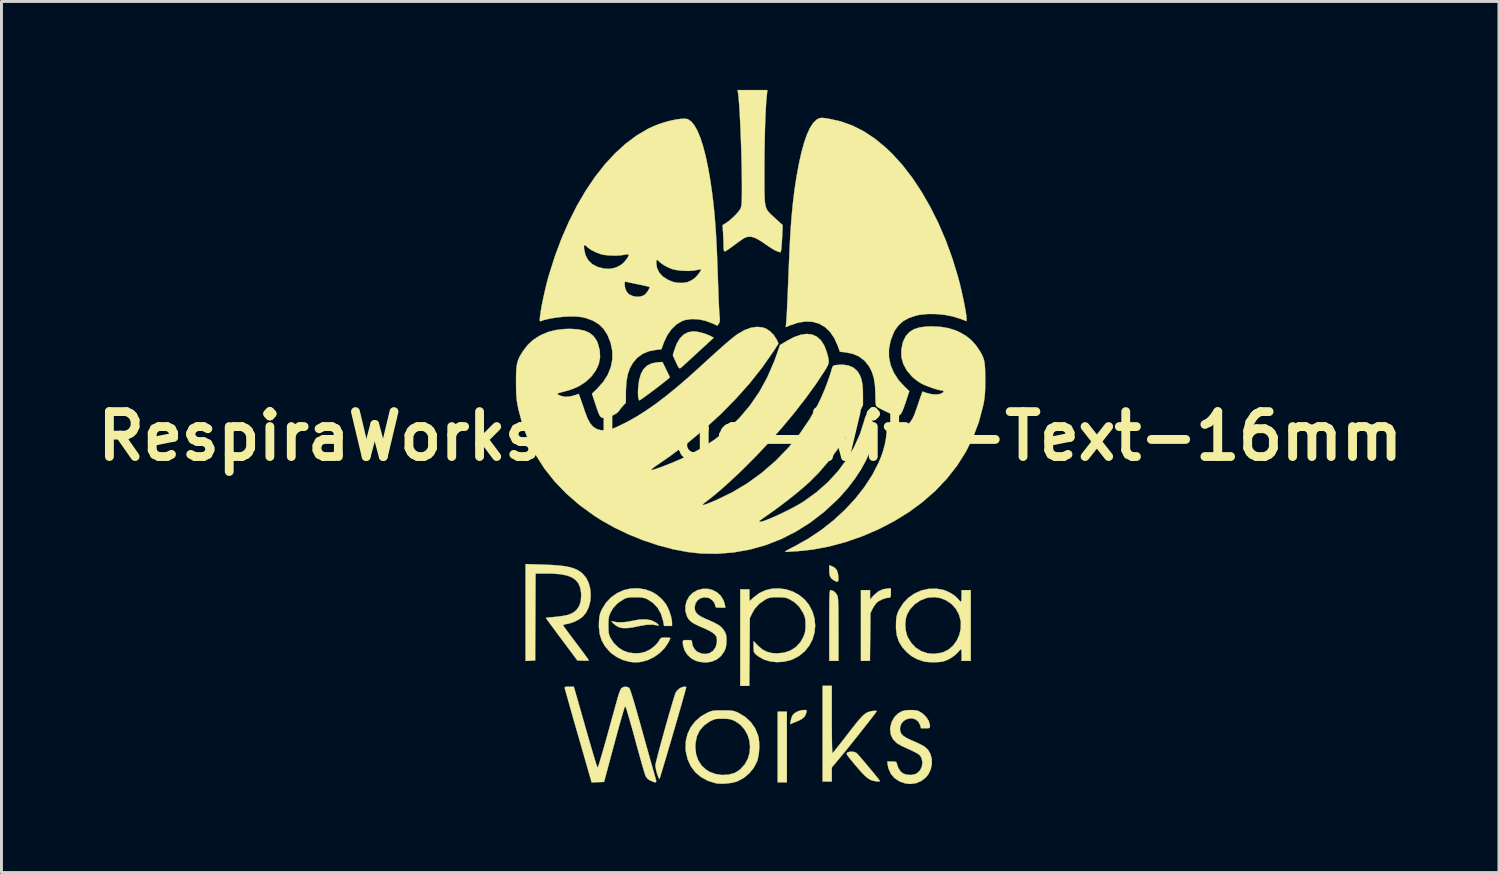
<source format=kicad_pcb>
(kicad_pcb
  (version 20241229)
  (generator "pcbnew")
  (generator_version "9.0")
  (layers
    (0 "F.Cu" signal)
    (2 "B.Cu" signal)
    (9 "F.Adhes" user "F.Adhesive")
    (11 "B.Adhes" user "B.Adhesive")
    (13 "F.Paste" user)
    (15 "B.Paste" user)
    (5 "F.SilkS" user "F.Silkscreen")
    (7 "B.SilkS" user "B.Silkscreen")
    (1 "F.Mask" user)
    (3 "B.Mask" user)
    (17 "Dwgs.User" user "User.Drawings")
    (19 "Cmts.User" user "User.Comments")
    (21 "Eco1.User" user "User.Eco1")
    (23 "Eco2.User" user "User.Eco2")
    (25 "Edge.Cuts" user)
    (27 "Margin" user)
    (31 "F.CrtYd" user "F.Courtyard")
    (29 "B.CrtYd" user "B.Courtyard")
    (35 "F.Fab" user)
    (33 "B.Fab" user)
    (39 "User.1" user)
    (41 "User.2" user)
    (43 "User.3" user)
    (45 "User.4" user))
  (footprint "RespiraWorks-Logo-With-Text-16mm"
    (layer "F.Cu")
    (at 22.396 11.745)
    (property "Reference" "RespiraWorks-Logo-With-Text-16mm" (at 0 0 0) (layer "F.SilkS") (effects (font (size 1.524 1.524) (thickness 0.3))))
    (attr through_hole)
    (fp_poly (pts (xy 1.242 11.74) (xy 0.931 11.74) (xy 0.931 9.342) (xy 1.242 9.342) (xy 1.242 11.74)) (stroke (width 0.01) (type solid)) (fill yes) (layer "F.SilkS"))
    (fp_poly (pts (xy 2.762 4.406) (xy 2.87 4.462) (xy 2.94 4.549) (xy 2.978 4.674) (xy 2.987 4.756) (xy 2.99 4.865) (xy 2.977 4.924) (xy 2.943 4.938) (xy 2.88 4.912) (xy 2.831 4.884) (xy 2.754 4.826) (xy 2.708 4.756) (xy 2.686 4.661) (xy 2.681 4.547) (xy 2.681 4.377) (xy 2.762 4.406)) (stroke (width 0.01) (type solid)) (fill yes) (layer "F.SilkS"))
    (fp_poly (pts (xy 1.886 9.288) (xy 1.913 9.304) (xy 1.91 9.345) (xy 1.906 9.363) (xy 1.877 9.452) (xy 1.832 9.522) (xy 1.762 9.582) (xy 1.658 9.64) (xy 1.509 9.703) (xy 1.497 9.708) (xy 1.352 9.765) (xy 1.371 9.659) (xy 1.396 9.564) (xy 1.429 9.477) (xy 1.431 9.473) (xy 1.494 9.4) (xy 1.596 9.339) (xy 1.717 9.298) (xy 1.816 9.286) (xy 1.886 9.288)) (stroke (width 0.01) (type solid)) (fill yes) (layer "F.SilkS"))
    (fp_poly (pts (xy 4.77 5.32) (xy 4.768 5.409) (xy 4.758 5.455) (xy 4.734 5.473) (xy 4.703 5.475) (xy 4.602 5.491) (xy 4.482 5.532) (xy 4.367 5.589) (xy 4.318 5.621) (xy 4.258 5.682) (xy 4.193 5.772) (xy 4.155 5.841) (xy 4.078 5.997) (xy 4.06 7.62) (xy 3.754 7.62) (xy 3.754 5.221) (xy 4.064 5.221) (xy 4.064 5.538) (xy 4.191 5.396) (xy 4.339 5.268) (xy 4.506 5.19) (xy 4.676 5.165) (xy 4.77 5.165) (xy 4.77 5.32)) (stroke (width 0.01) (type solid)) (fill yes) (layer "F.SilkS"))
    (fp_poly (pts (xy 2.812 5.246) (xy 2.892 5.31) (xy 2.949 5.391) (xy 2.96 5.42) (xy 2.97 5.464) (xy 2.977 5.529) (xy 2.982 5.62) (xy 2.986 5.742) (xy 2.989 5.901) (xy 2.991 6.101) (xy 2.991 6.349) (xy 2.992 6.546) (xy 2.992 7.62) (xy 2.681 7.62) (xy 2.681 6.421) (xy 2.681 6.129) (xy 2.682 5.888) (xy 2.683 5.694) (xy 2.685 5.542) (xy 2.687 5.426) (xy 2.691 5.342) (xy 2.697 5.285) (xy 2.704 5.249) (xy 2.713 5.229) (xy 2.723 5.222) (xy 2.731 5.221) (xy 2.812 5.246)) (stroke (width 0.01) (type solid)) (fill yes) (layer "F.SilkS"))
    (fp_poly (pts (xy -3.359 6.243) (xy -3.207 6.316) (xy -3.155 6.356) (xy -3.11 6.402) (xy -3.099 6.425) (xy -3.11 6.424) (xy -3.305 6.39) (xy -3.531 6.397) (xy -3.739 6.434) (xy -3.976 6.483) (xy -4.168 6.508) (xy -4.321 6.507) (xy -4.44 6.482) (xy -4.473 6.468) (xy -4.537 6.431) (xy -4.601 6.385) (xy -4.655 6.338) (xy -4.692 6.298) (xy -4.702 6.275) (xy -4.676 6.276) (xy -4.671 6.278) (xy -4.538 6.308) (xy -4.369 6.314) (xy -4.181 6.297) (xy -4.032 6.268) (xy -3.77 6.22) (xy -3.546 6.211) (xy -3.359 6.243)) (stroke (width 0.01) (type solid)) (fill yes) (layer "F.SilkS"))
    (fp_poly (pts (xy -2.85 -2.258) (xy -2.723 -1.998) (xy -2.822 -1.914) (xy -2.888 -1.86) (xy -2.982 -1.786) (xy -3.095 -1.698) (xy -3.221 -1.603) (xy -3.349 -1.507) (xy -3.473 -1.414) (xy -3.585 -1.333) (xy -3.675 -1.268) (xy -3.735 -1.226) (xy -3.758 -1.214) (xy -3.776 -1.238) (xy -3.795 -1.299) (xy -3.799 -1.316) (xy -3.806 -1.395) (xy -3.807 -1.507) (xy -3.802 -1.63) (xy -3.801 -1.648) (xy -3.768 -1.904) (xy -3.707 -2.113) (xy -3.619 -2.274) (xy -3.5 -2.392) (xy -3.349 -2.468) (xy -3.165 -2.505) (xy -3.147 -2.506) (xy -2.977 -2.517) (xy -2.85 -2.258)) (stroke (width 0.01) (type solid)) (fill yes) (layer "F.SilkS"))
    (fp_poly (pts (xy -1.796 -3.543) (xy -1.643 -3.509) (xy -1.486 -3.459) (xy -1.349 -3.4) (xy -1.332 -3.391) (xy -1.238 -3.341) (xy -1.741 -2.879) (xy -1.886 -2.746) (xy -2.02 -2.622) (xy -2.138 -2.514) (xy -2.232 -2.428) (xy -2.296 -2.37) (xy -2.317 -2.35) (xy -2.371 -2.309) (xy -2.404 -2.306) (xy -2.421 -2.321) (xy -2.448 -2.364) (xy -2.488 -2.443) (xy -2.534 -2.541) (xy -2.539 -2.552) (xy -2.626 -2.746) (xy -2.58 -2.903) (xy -2.494 -3.137) (xy -2.385 -3.319) (xy -2.254 -3.45) (xy -2.101 -3.529) (xy -1.927 -3.556) (xy -1.923 -3.556) (xy -1.796 -3.543)) (stroke (width 0.01) (type solid)) (fill yes) (layer "F.SilkS"))
    (fp_poly (pts (xy 3.58 10.729) (xy 3.621 10.76) (xy 3.663 10.805) (xy 3.73 10.881) (xy 3.815 10.981) (xy 3.913 11.096) (xy 4.016 11.22) (xy 4.119 11.343) (xy 4.215 11.459) (xy 4.297 11.56) (xy 4.36 11.638) (xy 4.396 11.686) (xy 4.403 11.697) (xy 4.378 11.709) (xy 4.317 11.71) (xy 4.237 11.701) (xy 4.157 11.684) (xy 4.127 11.675) (xy 4.054 11.641) (xy 3.978 11.592) (xy 3.894 11.52) (xy 3.795 11.421) (xy 3.675 11.287) (xy 3.539 11.127) (xy 3.429 10.995) (xy 3.351 10.898) (xy 3.302 10.831) (xy 3.277 10.787) (xy 3.272 10.759) (xy 3.282 10.74) (xy 3.291 10.733) (xy 3.378 10.7) (xy 3.483 10.699) (xy 3.58 10.729)) (stroke (width 0.01) (type solid)) (fill yes) (layer "F.SilkS"))
    (fp_poly (pts (xy 2.766 9.61) (xy 2.766 9.857) (xy 2.768 10.087) (xy 2.77 10.291) (xy 2.773 10.466) (xy 2.777 10.604) (xy 2.781 10.7) (xy 2.785 10.747) (xy 2.787 10.752) (xy 2.809 10.73) (xy 2.861 10.669) (xy 2.937 10.574) (xy 3.034 10.452) (xy 3.147 10.308) (xy 3.271 10.148) (xy 3.287 10.128) (xy 3.443 9.925) (xy 3.571 9.762) (xy 3.676 9.635) (xy 3.761 9.539) (xy 3.832 9.467) (xy 3.893 9.416) (xy 3.95 9.38) (xy 4.007 9.355) (xy 4.033 9.345) (xy 4.111 9.326) (xy 4.191 9.315) (xy 4.257 9.314) (xy 4.289 9.325) (xy 4.29 9.327) (xy 4.273 9.354) (xy 4.225 9.418) (xy 4.152 9.515) (xy 4.057 9.637) (xy 3.945 9.78) (xy 3.821 9.937) (xy 3.691 10.103) (xy 3.557 10.27) (xy 3.426 10.435) (xy 3.302 10.589) (xy 3.189 10.729) (xy 3.092 10.846) (xy 3.055 10.891) (xy 2.766 11.237) (xy 2.766 11.712) (xy 2.455 11.712) (xy 2.455 8.467) (xy 2.766 8.467) (xy 2.766 9.61)) (stroke (width 0.01) (type solid)) (fill yes) (layer "F.SilkS"))
    (fp_poly (pts (xy -2.19 8.498) (xy -2.173 8.516) (xy -2.18 8.551) (xy -2.202 8.633) (xy -2.236 8.757) (xy -2.281 8.917) (xy -2.334 9.107) (xy -2.396 9.32) (xy -2.462 9.552) (xy -2.533 9.796) (xy -2.606 10.046) (xy -2.679 10.297) (xy -2.752 10.543) (xy -2.821 10.777) (xy -2.885 10.995) (xy -2.944 11.19) (xy -2.994 11.356) (xy -3.034 11.487) (xy -3.063 11.579) (xy -3.079 11.624) (xy -3.081 11.628) (xy -3.099 11.603) (xy -3.127 11.537) (xy -3.158 11.446) (xy -3.16 11.441) (xy -3.19 11.331) (xy -3.21 11.228) (xy -3.217 11.162) (xy -3.21 11.116) (xy -3.188 11.022) (xy -3.154 10.888) (xy -3.111 10.721) (xy -3.059 10.527) (xy -3.001 10.315) (xy -2.939 10.091) (xy -2.875 9.861) (xy -2.811 9.634) (xy -2.748 9.415) (xy -2.689 9.213) (xy -2.636 9.033) (xy -2.591 8.884) (xy -2.555 8.771) (xy -2.53 8.703) (xy -2.525 8.69) (xy -2.469 8.616) (xy -2.395 8.553) (xy -2.39 8.55) (xy -2.316 8.515) (xy -2.244 8.497) (xy -2.19 8.498)) (stroke (width 0.01) (type solid)) (fill yes) (layer "F.SilkS"))
    (fp_poly (pts (xy -7.02 4.356) (xy -6.723 4.368) (xy -6.476 4.386) (xy -6.271 4.412) (xy -6.101 4.447) (xy -5.96 4.492) (xy -5.84 4.549) (xy -5.735 4.62) (xy -5.691 4.657) (xy -5.568 4.801) (xy -5.48 4.978) (xy -5.427 5.177) (xy -5.409 5.389) (xy -5.426 5.6) (xy -5.479 5.801) (xy -5.567 5.981) (xy -5.677 6.115) (xy -5.799 6.207) (xy -5.954 6.288) (xy -6.117 6.347) (xy -6.217 6.368) (xy -6.302 6.384) (xy -6.337 6.405) (xy -6.338 6.426) (xy -6.317 6.459) (xy -6.267 6.53) (xy -6.192 6.632) (xy -6.098 6.76) (xy -5.988 6.906) (xy -5.899 7.024) (xy -5.782 7.178) (xy -5.678 7.318) (xy -5.591 7.436) (xy -5.525 7.528) (xy -5.485 7.585) (xy -5.475 7.603) (xy -5.501 7.611) (xy -5.569 7.616) (xy -5.664 7.614) (xy -5.669 7.614) (xy -5.863 7.606) (xy -6.399 6.886) (xy -6.53 6.711) (xy -6.649 6.55) (xy -6.752 6.411) (xy -6.835 6.297) (xy -6.895 6.215) (xy -6.927 6.169) (xy -6.932 6.162) (xy -6.904 6.157) (xy -6.831 6.149) (xy -6.725 6.138) (xy -6.602 6.127) (xy -6.388 6.101) (xy -6.22 6.069) (xy -6.088 6.026) (xy -5.983 5.969) (xy -5.898 5.898) (xy -5.8 5.761) (xy -5.745 5.586) (xy -5.733 5.375) (xy -5.736 5.318) (xy -5.766 5.14) (xy -5.826 4.994) (xy -5.921 4.877) (xy -6.052 4.787) (xy -6.225 4.722) (xy -6.443 4.68) (xy -6.708 4.66) (xy -6.884 4.657) (xy -7.281 4.657) (xy -7.295 7.606) (xy -7.62 7.623) (xy -7.62 4.337) (xy -7.02 4.356)) (stroke (width 0.01) (type solid)) (fill yes) (layer "F.SilkS"))
    (fp_poly (pts (xy 1.217 5.195) (xy 1.444 5.269) (xy 1.655 5.383) (xy 1.842 5.536) (xy 1.99 5.717) (xy 2.111 5.946) (xy 2.181 6.185) (xy 2.203 6.427) (xy 2.179 6.666) (xy 2.111 6.894) (xy 2.001 7.105) (xy 1.851 7.292) (xy 1.665 7.448) (xy 1.443 7.566) (xy 1.383 7.589) (xy 1.142 7.649) (xy 0.9 7.664) (xy 0.666 7.637) (xy 0.45 7.569) (xy 0.263 7.46) (xy 0.216 7.422) (xy 0.161 7.371) (xy 0.13 7.326) (xy 0.117 7.269) (xy 0.113 7.18) (xy 0.113 7.139) (xy 0.113 6.946) (xy 0.257 7.099) (xy 0.403 7.227) (xy 0.561 7.311) (xy 0.743 7.356) (xy 0.917 7.366) (xy 1.155 7.341) (xy 1.368 7.268) (xy 1.551 7.149) (xy 1.7 6.987) (xy 1.794 6.824) (xy 1.837 6.721) (xy 1.862 6.629) (xy 1.873 6.524) (xy 1.876 6.406) (xy 1.874 6.279) (xy 1.864 6.185) (xy 1.841 6.103) (xy 1.799 6.008) (xy 1.784 5.977) (xy 1.663 5.785) (xy 1.506 5.634) (xy 1.33 5.527) (xy 1.254 5.494) (xy 1.176 5.474) (xy 1.076 5.465) (xy 0.939 5.462) (xy 0.931 5.462) (xy 0.799 5.463) (xy 0.704 5.471) (xy 0.63 5.488) (xy 0.558 5.517) (xy 0.514 5.54) (xy 0.316 5.675) (xy 0.157 5.849) (xy 0.068 6) (xy -0.014 6.167) (xy -0.023 7.317) (xy -0.031 8.467) (xy -0.339 8.467) (xy -0.339 5.193) (xy -0.028 5.193) (xy -0.028 5.39) (xy -0.027 5.488) (xy -0.024 5.558) (xy -0.02 5.588) (xy -0.019 5.588) (xy 0.004 5.57) (xy 0.056 5.523) (xy 0.119 5.465) (xy 0.307 5.322) (xy 0.518 5.224) (xy 0.746 5.171) (xy 0.981 5.162) (xy 1.217 5.195)) (stroke (width 0.01) (type solid)) (fill yes) (layer "F.SilkS"))
    (fp_poly (pts (xy -0.782 9.3) (xy -0.674 9.304) (xy -0.594 9.313) (xy -0.526 9.331) (xy -0.455 9.358) (xy -0.389 9.389) (xy -0.165 9.525) (xy 0.021 9.698) (xy 0.165 9.905) (xy 0.262 10.139) (xy 0.283 10.22) (xy 0.304 10.381) (xy 0.307 10.568) (xy 0.292 10.759) (xy 0.261 10.932) (xy 0.23 11.035) (xy 0.12 11.245) (xy -0.032 11.433) (xy -0.217 11.588) (xy -0.424 11.7) (xy -0.493 11.725) (xy -0.624 11.756) (xy -0.783 11.777) (xy -0.948 11.786) (xy -1.095 11.781) (xy -1.171 11.77) (xy -1.438 11.687) (xy -1.669 11.561) (xy -1.862 11.397) (xy -2.014 11.196) (xy -2.122 10.963) (xy -2.183 10.7) (xy -2.192 10.615) (xy -2.19 10.543) (xy -1.863 10.543) (xy -1.838 10.777) (xy -1.767 10.987) (xy -1.651 11.168) (xy -1.495 11.313) (xy -1.368 11.389) (xy -1.165 11.461) (xy -0.946 11.491) (xy -0.728 11.477) (xy -0.534 11.423) (xy -0.45 11.377) (xy -0.358 11.313) (xy -0.326 11.287) (xy -0.181 11.125) (xy -0.08 10.938) (xy -0.022 10.737) (xy -0.006 10.528) (xy -0.03 10.32) (xy -0.094 10.121) (xy -0.197 9.94) (xy -0.337 9.785) (xy -0.512 9.665) (xy -0.55 9.646) (xy -0.638 9.612) (xy -0.728 9.592) (xy -0.842 9.583) (xy -0.945 9.582) (xy -1.071 9.583) (xy -1.161 9.591) (xy -1.234 9.61) (xy -1.311 9.644) (xy -1.383 9.682) (xy -1.571 9.814) (xy -1.712 9.977) (xy -1.807 10.173) (xy -1.855 10.4) (xy -1.863 10.543) (xy -2.19 10.543) (xy -2.186 10.35) (xy -2.127 10.1) (xy -2.019 9.872) (xy -1.865 9.671) (xy -1.669 9.502) (xy -1.475 9.39) (xy -1.392 9.352) (xy -1.323 9.326) (xy -1.254 9.311) (xy -1.169 9.303) (xy -1.054 9.3) (xy -0.931 9.299) (xy -0.782 9.3)) (stroke (width 0.01) (type solid)) (fill yes) (layer "F.SilkS"))
    (fp_poly (pts (xy 5.527 9.289) (xy 5.652 9.306) (xy 5.709 9.323) (xy 5.846 9.404) (xy 5.962 9.516) (xy 6.048 9.646) (xy 6.092 9.782) (xy 6.095 9.828) (xy 6.092 9.873) (xy 6.073 9.896) (xy 6.024 9.905) (xy 5.945 9.906) (xy 5.794 9.906) (xy 5.76 9.792) (xy 5.703 9.682) (xy 5.617 9.61) (xy 5.513 9.574) (xy 5.401 9.573) (xy 5.291 9.604) (xy 5.195 9.665) (xy 5.122 9.755) (xy 5.083 9.871) (xy 5.08 9.922) (xy 5.09 10.016) (xy 5.126 10.095) (xy 5.195 10.166) (xy 5.303 10.235) (xy 5.456 10.308) (xy 5.51 10.331) (xy 5.642 10.389) (xy 5.768 10.449) (xy 5.87 10.503) (xy 5.917 10.531) (xy 6.035 10.643) (xy 6.115 10.786) (xy 6.157 10.95) (xy 6.159 11.125) (xy 6.122 11.298) (xy 6.045 11.461) (xy 5.955 11.575) (xy 5.803 11.693) (xy 5.624 11.768) (xy 5.431 11.795) (xy 5.263 11.778) (xy 5.061 11.707) (xy 4.896 11.598) (xy 4.771 11.453) (xy 4.691 11.276) (xy 4.666 11.162) (xy 4.649 11.035) (xy 4.805 11.035) (xy 4.894 11.037) (xy 4.943 11.047) (xy 4.965 11.074) (xy 4.978 11.126) (xy 4.978 11.127) (xy 5.024 11.259) (xy 5.102 11.373) (xy 5.193 11.444) (xy 5.317 11.483) (xy 5.459 11.489) (xy 5.592 11.462) (xy 5.655 11.432) (xy 5.756 11.339) (xy 5.819 11.216) (xy 5.841 11.079) (xy 5.818 10.942) (xy 5.785 10.871) (xy 5.763 10.838) (xy 5.737 10.809) (xy 5.699 10.78) (xy 5.643 10.746) (xy 5.562 10.704) (xy 5.449 10.649) (xy 5.297 10.579) (xy 5.133 10.505) (xy 4.963 10.403) (xy 4.84 10.273) (xy 4.767 10.119) (xy 4.746 9.943) (xy 4.75 9.876) (xy 4.798 9.69) (xy 4.889 9.529) (xy 5.017 9.401) (xy 5.143 9.329) (xy 5.249 9.301) (xy 5.385 9.288) (xy 5.527 9.289)) (stroke (width 0.01) (type solid)) (fill yes) (layer "F.SilkS"))
    (fp_poly (pts (xy 6.535 5.208) (xy 6.685 5.262) (xy 6.835 5.342) (xy 6.967 5.436) (xy 7.06 5.531) (xy 7.106 5.586) (xy 7.141 5.615) (xy 7.146 5.616) (xy 7.157 5.59) (xy 7.165 5.522) (xy 7.168 5.427) (xy 7.168 5.419) (xy 7.168 5.221) (xy 7.479 5.221) (xy 7.479 7.62) (xy 7.168 7.62) (xy 7.168 7.422) (xy 7.166 7.325) (xy 7.16 7.255) (xy 7.152 7.225) (xy 7.151 7.225) (xy 7.124 7.244) (xy 7.073 7.295) (xy 7.022 7.351) (xy 6.916 7.449) (xy 6.781 7.539) (xy 6.729 7.566) (xy 6.63 7.612) (xy 6.541 7.64) (xy 6.443 7.656) (xy 6.314 7.665) (xy 6.286 7.666) (xy 6.128 7.666) (xy 5.985 7.656) (xy 5.884 7.639) (xy 5.66 7.563) (xy 5.472 7.459) (xy 5.321 7.336) (xy 5.16 7.16) (xy 5.046 6.975) (xy 4.975 6.772) (xy 4.944 6.54) (xy 4.944 6.383) (xy 5.259 6.383) (xy 5.273 6.576) (xy 5.318 6.757) (xy 5.343 6.816) (xy 5.466 7.018) (xy 5.623 7.179) (xy 5.808 7.294) (xy 6.015 7.363) (xy 6.238 7.381) (xy 6.47 7.347) (xy 6.554 7.322) (xy 6.731 7.233) (xy 6.883 7.1) (xy 7.004 6.932) (xy 7.092 6.739) (xy 7.139 6.528) (xy 7.143 6.309) (xy 7.135 6.247) (xy 7.075 6.035) (xy 6.971 5.849) (xy 6.829 5.693) (xy 6.657 5.573) (xy 6.463 5.493) (xy 6.255 5.458) (xy 6.038 5.474) (xy 5.988 5.486) (xy 5.769 5.57) (xy 5.577 5.7) (xy 5.421 5.87) (xy 5.324 6.036) (xy 5.275 6.196) (xy 5.259 6.383) (xy 4.944 6.383) (xy 4.944 6.351) (xy 4.951 6.213) (xy 4.965 6.11) (xy 4.988 6.024) (xy 5.026 5.932) (xy 5.048 5.888) (xy 5.188 5.665) (xy 5.366 5.479) (xy 5.575 5.333) (xy 5.807 5.231) (xy 6.056 5.176) (xy 6.315 5.171) (xy 6.535 5.208)) (stroke (width 0.01) (type solid)) (fill yes) (layer "F.SilkS"))
    (fp_poly (pts (xy -3.544 5.201) (xy -3.338 5.277) (xy -3.164 5.381) (xy -3.003 5.521) (xy -2.87 5.68) (xy -2.814 5.775) (xy -2.744 5.934) (xy -2.69 6.099) (xy -2.659 6.249) (xy -2.653 6.327) (xy -2.653 6.435) (xy -2.922 6.435) (xy -2.954 6.265) (xy -3.025 6.029) (xy -3.137 5.825) (xy -3.29 5.659) (xy -3.481 5.534) (xy -3.485 5.531) (xy -3.564 5.497) (xy -3.641 5.476) (xy -3.735 5.465) (xy -3.864 5.462) (xy -3.895 5.462) (xy -4.028 5.463) (xy -4.122 5.471) (xy -4.196 5.488) (xy -4.268 5.517) (xy -4.31 5.539) (xy -4.505 5.671) (xy -4.656 5.839) (xy -4.738 5.981) (xy -4.773 6.063) (xy -4.795 6.14) (xy -4.807 6.228) (xy -4.811 6.345) (xy -4.811 6.421) (xy -4.809 6.562) (xy -4.801 6.663) (xy -4.784 6.742) (xy -4.755 6.815) (xy -4.745 6.836) (xy -4.628 7.016) (xy -4.469 7.17) (xy -4.312 7.271) (xy -4.133 7.336) (xy -3.93 7.364) (xy -3.726 7.355) (xy -3.552 7.311) (xy -3.398 7.234) (xy -3.254 7.127) (xy -3.138 7.005) (xy -3.09 6.931) (xy -3.056 6.874) (xy -3.021 6.844) (xy -2.966 6.832) (xy -2.874 6.83) (xy -2.872 6.83) (xy -2.785 6.832) (xy -2.726 6.838) (xy -2.709 6.845) (xy -2.721 6.876) (xy -2.752 6.942) (xy -2.783 7.006) (xy -2.902 7.184) (xy -3.063 7.346) (xy -3.255 7.485) (xy -3.464 7.589) (xy -3.666 7.648) (xy -3.81 7.669) (xy -3.94 7.67) (xy -4.084 7.652) (xy -4.134 7.643) (xy -4.328 7.586) (xy -4.523 7.492) (xy -4.696 7.373) (xy -4.765 7.311) (xy -4.927 7.123) (xy -5.039 6.924) (xy -5.107 6.706) (xy -5.133 6.459) (xy -5.131 6.325) (xy -5.123 6.185) (xy -5.108 6.08) (xy -5.083 5.991) (xy -5.043 5.896) (xy -5.03 5.87) (xy -4.893 5.649) (xy -4.719 5.465) (xy -4.516 5.322) (xy -4.289 5.221) (xy -4.047 5.166) (xy -3.796 5.158) (xy -3.544 5.201)) (stroke (width 0.01) (type solid)) (fill yes) (layer "F.SilkS"))
    (fp_poly (pts (xy 0.56 -11.536) (xy 0.543 -11.349) (xy 0.528 -11.112) (xy 0.515 -10.832) (xy 0.503 -10.516) (xy 0.494 -10.171) (xy 0.487 -9.804) (xy 0.482 -9.422) (xy 0.481 -9.03) (xy 0.481 -8.975) (xy 0.481 -8.679) (xy 0.481 -8.433) (xy 0.483 -8.232) (xy 0.489 -8.069) (xy 0.499 -7.938) (xy 0.515 -7.833) (xy 0.539 -7.749) (xy 0.571 -7.679) (xy 0.614 -7.617) (xy 0.668 -7.557) (xy 0.735 -7.493) (xy 0.816 -7.419) (xy 0.842 -7.395) (xy 1.1 -7.159) (xy 1.085 -6.818) (xy 1.074 -6.6) (xy 1.062 -6.435) (xy 1.05 -6.322) (xy 1.036 -6.257) (xy 1.021 -6.238) (xy 0.984 -6.248) (xy 0.917 -6.27) (xy 0.898 -6.277) (xy 0.831 -6.309) (xy 0.734 -6.366) (xy 0.621 -6.439) (xy 0.545 -6.492) (xy 0.374 -6.609) (xy 0.236 -6.691) (xy 0.123 -6.742) (xy 0.027 -6.766) (xy -0.062 -6.765) (xy -0.063 -6.765) (xy -0.108 -6.757) (xy -0.152 -6.743) (xy -0.202 -6.719) (xy -0.267 -6.68) (xy -0.353 -6.621) (xy -0.469 -6.536) (xy -0.607 -6.434) (xy -0.706 -6.363) (xy -0.791 -6.306) (xy -0.849 -6.272) (xy -0.868 -6.266) (xy -0.889 -6.288) (xy -0.901 -6.359) (xy -0.903 -6.442) (xy -0.905 -6.553) (xy -0.911 -6.695) (xy -0.918 -6.843) (xy -0.921 -6.889) (xy -0.939 -7.159) (xy -0.829 -7.226) (xy -0.726 -7.299) (xy -0.613 -7.396) (xy -0.502 -7.503) (xy -0.408 -7.607) (xy -0.344 -7.696) (xy -0.336 -7.711) (xy -0.319 -7.748) (xy -0.306 -7.792) (xy -0.296 -7.85) (xy -0.29 -7.929) (xy -0.286 -8.037) (xy -0.283 -8.182) (xy -0.282 -8.371) (xy -0.282 -8.501) (xy -0.284 -8.761) (xy -0.288 -9.045) (xy -0.294 -9.345) (xy -0.303 -9.655) (xy -0.313 -9.967) (xy -0.325 -10.274) (xy -0.337 -10.569) (xy -0.351 -10.844) (xy -0.365 -11.094) (xy -0.38 -11.31) (xy -0.394 -11.485) (xy -0.409 -11.613) (xy -0.412 -11.635) (xy -0.428 -11.74) (xy 0.582 -11.74) (xy 0.56 -11.536)) (stroke (width 0.01) (type solid)) (fill yes) (layer "F.SilkS"))
    (fp_poly (pts (xy -1.275 5.217) (xy -1.124 5.298) (xy -0.999 5.414) (xy -0.907 5.563) (xy -0.863 5.708) (xy -0.844 5.814) (xy -1.015 5.814) (xy -1.109 5.812) (xy -1.16 5.804) (xy -1.181 5.784) (xy -1.185 5.747) (xy -1.185 5.745) (xy -1.21 5.662) (xy -1.273 5.578) (xy -1.359 5.509) (xy -1.432 5.477) (xy -1.57 5.464) (xy -1.694 5.499) (xy -1.793 5.574) (xy -1.86 5.679) (xy -1.885 5.808) (xy -1.879 5.884) (xy -1.844 5.972) (xy -1.771 6.052) (xy -1.653 6.128) (xy -1.506 6.197) (xy -1.32 6.278) (xy -1.179 6.346) (xy -1.073 6.405) (xy -0.996 6.462) (xy -0.938 6.521) (xy -0.89 6.588) (xy -0.845 6.668) (xy -0.819 6.738) (xy -0.808 6.821) (xy -0.806 6.937) (xy -0.806 6.941) (xy -0.812 7.071) (xy -0.829 7.169) (xy -0.864 7.261) (xy -0.883 7.301) (xy -0.994 7.458) (xy -1.139 7.574) (xy -1.311 7.647) (xy -1.505 7.675) (xy -1.711 7.655) (xy -1.834 7.621) (xy -1.996 7.538) (xy -2.129 7.416) (xy -2.226 7.264) (xy -2.279 7.094) (xy -2.286 7.003) (xy -2.284 6.952) (xy -2.267 6.926) (xy -2.223 6.916) (xy -2.138 6.914) (xy -2.131 6.914) (xy -2.042 6.916) (xy -1.996 6.926) (xy -1.978 6.95) (xy -1.976 6.988) (xy -1.953 7.102) (xy -1.894 7.214) (xy -1.812 7.301) (xy -1.795 7.312) (xy -1.647 7.375) (xy -1.503 7.386) (xy -1.371 7.352) (xy -1.259 7.277) (xy -1.178 7.165) (xy -1.134 7.022) (xy -1.129 6.949) (xy -1.133 6.854) (xy -1.151 6.791) (xy -1.192 6.736) (xy -1.225 6.704) (xy -1.296 6.652) (xy -1.405 6.589) (xy -1.539 6.525) (xy -1.613 6.493) (xy -1.787 6.417) (xy -1.916 6.351) (xy -2.01 6.288) (xy -2.077 6.221) (xy -2.129 6.143) (xy -2.142 6.116) (xy -2.196 5.944) (xy -2.2 5.765) (xy -2.157 5.591) (xy -2.07 5.434) (xy -1.953 5.315) (xy -1.789 5.221) (xy -1.616 5.176) (xy -1.442 5.175) (xy -1.275 5.217)) (stroke (width 0.01) (type solid)) (fill yes) (layer "F.SilkS"))
    (fp_poly (pts (xy -5.937 8.657) (xy -5.92 8.718) (xy -5.888 8.827) (xy -5.845 8.978) (xy -5.792 9.163) (xy -5.732 9.376) (xy -5.664 9.612) (xy -5.593 9.863) (xy -5.546 10.027) (xy -5.474 10.278) (xy -5.406 10.511) (xy -5.344 10.722) (xy -5.289 10.904) (xy -5.244 11.052) (xy -5.208 11.161) (xy -5.185 11.225) (xy -5.177 11.241) (xy -5.165 11.219) (xy -5.14 11.149) (xy -5.103 11.03) (xy -5.052 10.862) (xy -4.989 10.643) (xy -4.912 10.374) (xy -4.822 10.053) (xy -4.719 9.679) (xy -4.601 9.253) (xy -4.502 8.892) (xy -4.464 8.766) (xy -4.425 8.656) (xy -4.39 8.577) (xy -4.37 8.547) (xy -4.292 8.504) (xy -4.197 8.498) (xy -4.112 8.53) (xy -4.11 8.531) (xy -4.091 8.562) (xy -4.062 8.636) (xy -4.023 8.754) (xy -3.972 8.918) (xy -3.908 9.131) (xy -3.833 9.394) (xy -3.744 9.708) (xy -3.669 9.978) (xy -3.592 10.256) (xy -3.517 10.523) (xy -3.447 10.773) (xy -3.384 10.999) (xy -3.328 11.196) (xy -3.282 11.358) (xy -3.247 11.48) (xy -3.226 11.554) (xy -3.222 11.564) (xy -3.194 11.667) (xy -3.191 11.724) (xy -3.22 11.742) (xy -3.287 11.724) (xy -3.381 11.684) (xy -3.474 11.628) (xy -3.534 11.551) (xy -3.555 11.508) (xy -3.573 11.455) (xy -3.605 11.354) (xy -3.647 11.211) (xy -3.698 11.034) (xy -3.756 10.827) (xy -3.819 10.6) (xy -3.886 10.356) (xy -3.91 10.265) (xy -3.976 10.024) (xy -4.039 9.801) (xy -4.096 9.602) (xy -4.146 9.432) (xy -4.187 9.298) (xy -4.218 9.204) (xy -4.238 9.156) (xy -4.242 9.152) (xy -4.255 9.18) (xy -4.28 9.257) (xy -4.317 9.379) (xy -4.364 9.539) (xy -4.419 9.731) (xy -4.48 9.952) (xy -4.547 10.195) (xy -4.614 10.444) (xy -4.958 11.726) (xy -5.169 11.734) (xy -5.379 11.743) (xy -5.827 10.182) (xy -5.91 9.895) (xy -5.988 9.622) (xy -6.06 9.369) (xy -6.124 9.142) (xy -6.18 8.944) (xy -6.226 8.782) (xy -6.26 8.66) (xy -6.281 8.583) (xy -6.288 8.558) (xy -6.291 8.522) (xy -6.273 8.503) (xy -6.222 8.496) (xy -6.142 8.495) (xy -5.985 8.495) (xy -5.937 8.657)) (stroke (width 0.01) (type solid)) (fill yes) (layer "F.SilkS"))
    (fp_poly (pts (xy 6.447 -3.711) (xy 6.717 -3.667) (xy 6.963 -3.59) (xy 7.098 -3.529) (xy 7.315 -3.405) (xy 7.492 -3.265) (xy 7.645 -3.096) (xy 7.715 -3) (xy 7.798 -2.874) (xy 7.86 -2.763) (xy 7.906 -2.655) (xy 7.938 -2.541) (xy 7.957 -2.408) (xy 7.967 -2.247) (xy 7.971 -2.045) (xy 7.971 -1.919) (xy 7.97 -1.715) (xy 7.966 -1.554) (xy 7.958 -1.421) (xy 7.946 -1.304) (xy 7.929 -1.188) (xy 7.904 -1.059) (xy 7.894 -1.014) (xy 7.753 -0.479) (xy 7.559 0.035) (xy 7.315 0.525) (xy 7.02 0.992) (xy 6.675 1.433) (xy 6.282 1.848) (xy 5.842 2.234) (xy 5.379 2.574) (xy 4.879 2.883) (xy 4.349 3.157) (xy 3.799 3.394) (xy 3.236 3.59) (xy 2.669 3.742) (xy 2.106 3.847) (xy 1.653 3.895) (xy 1.481 3.907) (xy 1.358 3.915) (xy 1.274 3.919) (xy 1.223 3.921) (xy 1.197 3.92) (xy 1.187 3.916) (xy 1.185 3.91) (xy 1.185 3.91) (xy 1.209 3.893) (xy 1.274 3.856) (xy 1.371 3.804) (xy 1.49 3.741) (xy 1.522 3.725) (xy 1.981 3.467) (xy 2.42 3.172) (xy 2.833 2.846) (xy 3.215 2.493) (xy 3.563 2.119) (xy 3.87 1.728) (xy 4.133 1.326) (xy 4.346 0.916) (xy 4.429 0.72) (xy 4.506 0.499) (xy 4.566 0.275) (xy 4.606 0.062) (xy 4.625 -0.126) (xy 4.624 -0.215) (xy 4.619 -0.299) (xy 4.617 -0.354) (xy 4.618 -0.367) (xy 4.643 -0.357) (xy 4.703 -0.333) (xy 4.723 -0.325) (xy 4.856 -0.29) (xy 5.008 -0.284) (xy 5.155 -0.304) (xy 5.246 -0.337) (xy 5.348 -0.401) (xy 5.432 -0.483) (xy 5.504 -0.594) (xy 5.572 -0.743) (xy 5.631 -0.907) (xy 5.679 -1.05) (xy 5.726 -1.188) (xy 5.766 -1.305) (xy 5.79 -1.371) (xy 5.843 -1.515) (xy 5.991 -1.464) (xy 6.151 -1.425) (xy 6.306 -1.414) (xy 6.44 -1.434) (xy 6.493 -1.455) (xy 6.549 -1.496) (xy 6.556 -1.532) (xy 6.513 -1.551) (xy 6.491 -1.552) (xy 6.422 -1.563) (xy 6.316 -1.591) (xy 6.188 -1.631) (xy 6.053 -1.679) (xy 5.925 -1.73) (xy 5.82 -1.778) (xy 5.805 -1.786) (xy 5.697 -1.853) (xy 5.579 -1.942) (xy 5.489 -2.021) (xy 5.314 -2.226) (xy 5.194 -2.443) (xy 5.13 -2.669) (xy 5.121 -2.904) (xy 5.167 -3.148) (xy 5.196 -3.234) (xy 5.28 -3.401) (xy 5.396 -3.53) (xy 5.547 -3.626) (xy 5.738 -3.688) (xy 5.972 -3.72) (xy 6.139 -3.725) (xy 6.447 -3.711)) (stroke (width 0.01) (type solid)) (fill yes) (layer "F.SilkS"))
    (fp_poly (pts (xy 2.463 -10.795) (xy 2.555 -10.785) (xy 2.672 -10.767) (xy 3.079 -10.675) (xy 3.472 -10.534) (xy 3.854 -10.34) (xy 4.226 -10.094) (xy 4.591 -9.794) (xy 4.815 -9.58) (xy 5.161 -9.199) (xy 5.494 -8.768) (xy 5.81 -8.292) (xy 6.106 -7.777) (xy 6.38 -7.23) (xy 6.628 -6.654) (xy 6.848 -6.056) (xy 7.037 -5.442) (xy 7.11 -5.166) (xy 7.159 -4.961) (xy 7.206 -4.751) (xy 7.249 -4.546) (xy 7.285 -4.356) (xy 7.314 -4.191) (xy 7.332 -4.061) (xy 7.338 -3.979) (xy 7.338 -3.901) (xy 7.133 -3.98) (xy 6.876 -4.061) (xy 6.592 -4.116) (xy 6.297 -4.144) (xy 6.01 -4.145) (xy 5.745 -4.117) (xy 5.63 -4.092) (xy 5.388 -4.012) (xy 5.192 -3.906) (xy 5.034 -3.767) (xy 4.907 -3.592) (xy 4.868 -3.518) (xy 4.759 -3.237) (xy 4.705 -2.957) (xy 4.706 -2.68) (xy 4.762 -2.41) (xy 4.872 -2.149) (xy 5.035 -1.9) (xy 5.227 -1.69) (xy 5.396 -1.528) (xy 5.277 -1.166) (xy 5.216 -0.989) (xy 5.165 -0.859) (xy 5.119 -0.771) (xy 5.072 -0.719) (xy 5.021 -0.695) (xy 4.961 -0.694) (xy 4.925 -0.7) (xy 4.869 -0.719) (xy 4.778 -0.758) (xy 4.666 -0.809) (xy 4.547 -0.865) (xy 4.438 -0.92) (xy 4.351 -0.967) (xy 4.304 -0.996) (xy 4.281 -1.019) (xy 4.265 -1.051) (xy 4.255 -1.103) (xy 4.249 -1.185) (xy 4.246 -1.306) (xy 4.245 -1.416) (xy 4.232 -1.712) (xy 4.194 -1.964) (xy 4.129 -2.179) (xy 4.034 -2.363) (xy 3.908 -2.526) (xy 3.864 -2.571) (xy 3.697 -2.699) (xy 3.497 -2.788) (xy 3.259 -2.84) (xy 3.226 -2.844) (xy 3.041 -2.865) (xy 2.97 -3.062) (xy 2.853 -3.324) (xy 2.707 -3.538) (xy 2.534 -3.702) (xy 2.337 -3.816) (xy 2.117 -3.88) (xy 1.877 -3.891) (xy 1.617 -3.85) (xy 1.372 -3.768) (xy 1.206 -3.7) (xy 1.223 -3.888) (xy 1.229 -3.97) (xy 1.237 -4.097) (xy 1.246 -4.26) (xy 1.255 -4.448) (xy 1.264 -4.65) (xy 1.27 -4.783) (xy 1.28 -5.032) (xy 1.291 -5.316) (xy 1.303 -5.614) (xy 1.315 -5.904) (xy 1.326 -6.164) (xy 1.328 -6.209) (xy 1.357 -6.805) (xy 1.395 -7.353) (xy 1.442 -7.862) (xy 1.499 -8.339) (xy 1.568 -8.793) (xy 1.649 -9.232) (xy 1.651 -9.243) (xy 1.737 -9.628) (xy 1.828 -9.959) (xy 1.925 -10.235) (xy 2.027 -10.457) (xy 2.134 -10.622) (xy 2.246 -10.732) (xy 2.301 -10.765) (xy 2.35 -10.786) (xy 2.399 -10.796) (xy 2.463 -10.795)) (stroke (width 0.01) (type solid)) (fill yes) (layer "F.SilkS"))
    (fp_poly (pts (xy -2.136 -10.759) (xy -2.116 -10.752) (xy -2.004 -10.677) (xy -1.896 -10.547) (xy -1.793 -10.364) (xy -1.694 -10.128) (xy -1.601 -9.84) (xy -1.513 -9.503) (xy -1.431 -9.117) (xy -1.355 -8.683) (xy -1.344 -8.608) (xy -1.298 -8.29) (xy -1.258 -7.97) (xy -1.223 -7.64) (xy -1.193 -7.292) (xy -1.166 -6.92) (xy -1.143 -6.515) (xy -1.123 -6.071) (xy -1.105 -5.579) (xy -1.101 -5.475) (xy -1.089 -5.116) (xy -1.078 -4.81) (xy -1.068 -4.555) (xy -1.058 -4.346) (xy -1.049 -4.183) (xy -1.04 -4.06) (xy -1.031 -3.976) (xy -1.03 -3.965) (xy -1.04 -3.864) (xy -1.067 -3.816) (xy -1.117 -3.751) (xy -1.271 -3.822) (xy -1.515 -3.913) (xy -1.759 -3.964) (xy -1.991 -3.974) (xy -2.202 -3.943) (xy -2.318 -3.902) (xy -2.506 -3.789) (xy -2.673 -3.627) (xy -2.817 -3.42) (xy -2.932 -3.175) (xy -2.942 -3.147) (xy -3.013 -2.949) (xy -3.198 -2.928) (xy -3.441 -2.881) (xy -3.645 -2.797) (xy -3.816 -2.674) (xy -3.836 -2.655) (xy -3.974 -2.496) (xy -4.078 -2.316) (xy -4.152 -2.107) (xy -4.197 -1.863) (xy -4.216 -1.576) (xy -4.217 -1.507) (xy -4.219 -1.137) (xy -4.323 -1.023) (xy -4.388 -0.946) (xy -4.441 -0.876) (xy -4.459 -0.847) (xy -4.51 -0.794) (xy -4.599 -0.738) (xy -4.709 -0.686) (xy -4.824 -0.644) (xy -4.927 -0.62) (xy -5.003 -0.619) (xy -5.011 -0.622) (xy -5.049 -0.64) (xy -5.082 -0.667) (xy -5.112 -0.713) (xy -5.145 -0.786) (xy -5.185 -0.893) (xy -5.236 -1.045) (xy -5.249 -1.082) (xy -5.368 -1.443) (xy -5.199 -1.605) (xy -4.988 -1.84) (xy -4.83 -2.09) (xy -4.726 -2.351) (xy -4.675 -2.622) (xy -4.679 -2.898) (xy -4.738 -3.177) (xy -4.846 -3.442) (xy -4.972 -3.638) (xy -5.133 -3.796) (xy -5.332 -3.918) (xy -5.572 -4.006) (xy -5.729 -4.041) (xy -5.899 -4.06) (xy -6.107 -4.063) (xy -6.335 -4.051) (xy -6.569 -4.026) (xy -6.791 -3.989) (xy -6.986 -3.943) (xy -7.095 -3.907) (xy -7.123 -3.899) (xy -7.137 -3.913) (xy -7.139 -3.959) (xy -7.131 -4.049) (xy -7.129 -4.066) (xy -7.107 -4.226) (xy -7.072 -4.426) (xy -7.027 -4.652) (xy -6.974 -4.89) (xy -6.918 -5.128) (xy -6.912 -5.152) (xy -4.262 -5.152) (xy -4.242 -5.018) (xy -4.191 -4.9) (xy -4.115 -4.815) (xy -4.108 -4.81) (xy -3.973 -4.749) (xy -3.827 -4.727) (xy -3.687 -4.746) (xy -3.584 -4.794) (xy -3.535 -4.841) (xy -3.484 -4.908) (xy -3.44 -4.978) (xy -3.415 -5.035) (xy -3.416 -5.062) (xy -3.447 -5.072) (xy -3.523 -5.091) (xy -3.633 -5.116) (xy -3.766 -5.144) (xy -3.796 -5.15) (xy -3.937 -5.179) (xy -4.06 -5.205) (xy -4.155 -5.225) (xy -4.208 -5.238) (xy -4.212 -5.239) (xy -4.245 -5.239) (xy -4.259 -5.203) (xy -4.262 -5.152) (xy -6.912 -5.152) (xy -6.861 -5.35) (xy -6.828 -5.466) (xy -6.625 -6.105) (xy -6.501 -6.436) (xy -5.64 -6.436) (xy -5.634 -6.337) (xy -5.634 -6.334) (xy -5.585 -6.134) (xy -5.492 -5.967) (xy -5.358 -5.836) (xy -5.183 -5.743) (xy -4.972 -5.689) (xy -4.824 -5.676) (xy -4.735 -5.682) (xy -4.628 -5.702) (xy -4.583 -5.714) (xy -4.473 -5.76) (xy -4.364 -5.826) (xy -4.33 -5.852) (xy -4.291 -5.891) (xy -3.189 -5.891) (xy -3.163 -5.708) (xy -3.086 -5.547) (xy -2.959 -5.411) (xy -2.784 -5.301) (xy -2.611 -5.232) (xy -2.459 -5.203) (xy -2.293 -5.199) (xy -2.143 -5.223) (xy -2.11 -5.233) (xy -2.016 -5.276) (xy -1.92 -5.335) (xy -1.904 -5.347) (xy -1.842 -5.403) (xy -1.778 -5.474) (xy -1.721 -5.549) (xy -1.681 -5.613) (xy -1.667 -5.653) (xy -1.67 -5.658) (xy -1.702 -5.659) (xy -1.768 -5.647) (xy -1.794 -5.64) (xy -1.928 -5.616) (xy -2.097 -5.606) (xy -2.281 -5.611) (xy -2.458 -5.628) (xy -2.609 -5.658) (xy -2.651 -5.671) (xy -2.795 -5.73) (xy -2.933 -5.805) (xy -3.045 -5.883) (xy -3.102 -5.938) (xy -3.149 -5.979) (xy -3.178 -5.966) (xy -3.189 -5.9) (xy -3.189 -5.891) (xy -4.291 -5.891) (xy -4.26 -5.922) (xy -4.196 -6.002) (xy -4.147 -6.079) (xy -4.122 -6.139) (xy -4.125 -6.166) (xy -4.16 -6.17) (xy -4.229 -6.162) (xy -4.265 -6.154) (xy -4.414 -6.132) (xy -4.593 -6.124) (xy -4.779 -6.13) (xy -4.951 -6.149) (xy -5.076 -6.177) (xy -5.239 -6.239) (xy -5.386 -6.313) (xy -5.502 -6.393) (xy -5.543 -6.432) (xy -5.597 -6.481) (xy -5.629 -6.484) (xy -5.64 -6.436) (xy -6.501 -6.436) (xy -6.397 -6.714) (xy -6.145 -7.29) (xy -5.871 -7.831) (xy -5.576 -8.334) (xy -5.263 -8.797) (xy -4.933 -9.217) (xy -4.587 -9.592) (xy -4.228 -9.919) (xy -3.857 -10.197) (xy -3.476 -10.422) (xy -3.314 -10.5) (xy -3.131 -10.574) (xy -2.937 -10.639) (xy -2.74 -10.693) (xy -2.551 -10.735) (xy -2.381 -10.761) (xy -2.239 -10.77) (xy -2.136 -10.759)) (stroke (width 0.01) (type solid)) (fill yes) (layer "F.SilkS"))
    (fp_poly (pts (xy 0.426 -3.688) (xy 0.544 -3.645) (xy 0.676 -3.556) (xy 0.798 -3.431) (xy 0.893 -3.288) (xy 0.915 -3.24) (xy 0.957 -3.141) (xy 0.786 -2.877) (xy 0.41 -2.337) (xy -0.017 -1.798) (xy -0.49 -1.267) (xy -1.003 -0.747) (xy -1.552 -0.245) (xy -2.131 0.235) (xy -2.735 0.687) (xy -3.09 0.932) (xy -3.201 1.008) (xy -3.29 1.074) (xy -3.349 1.122) (xy -3.37 1.147) (xy -3.368 1.149) (xy -3.325 1.145) (xy -3.239 1.121) (xy -3.119 1.081) (xy -2.973 1.028) (xy -2.812 0.966) (xy -2.643 0.898) (xy -2.475 0.827) (xy -2.318 0.757) (xy -2.237 0.719) (xy -1.703 0.436) (xy -1.214 0.12) (xy -0.77 -0.23) (xy -0.371 -0.614) (xy -0.014 -1.035) (xy 0.301 -1.492) (xy 0.574 -1.987) (xy 0.806 -2.521) (xy 0.89 -2.749) (xy 1.008 -3.09) (xy 1.23 -3.225) (xy 1.48 -3.358) (xy 1.709 -3.44) (xy 1.916 -3.47) (xy 2.1 -3.449) (xy 2.26 -3.377) (xy 2.396 -3.255) (xy 2.508 -3.082) (xy 2.595 -2.858) (xy 2.605 -2.821) (xy 2.643 -2.68) (xy 2.661 -2.575) (xy 2.66 -2.491) (xy 2.635 -2.41) (xy 2.585 -2.316) (xy 2.524 -2.216) (xy 2.219 -1.755) (xy 1.871 -1.275) (xy 1.487 -0.783) (xy 1.075 -0.288) (xy 0.64 0.204) (xy 0.189 0.684) (xy -0.27 1.144) (xy -0.731 1.577) (xy -0.989 1.806) (xy -1.112 1.911) (xy -1.24 2.018) (xy -1.357 2.111) (xy -1.432 2.169) (xy -1.533 2.247) (xy -1.595 2.3) (xy -1.614 2.329) (xy -1.59 2.334) (xy -1.521 2.315) (xy -1.405 2.271) (xy -1.24 2.203) (xy -1.157 2.168) (xy -0.612 1.905) (xy -0.091 1.592) (xy 0.401 1.234) (xy 0.863 0.834) (xy 1.289 0.395) (xy 1.676 -0.079) (xy 2.02 -0.585) (xy 2.301 -1.087) (xy 2.412 -1.32) (xy 2.523 -1.58) (xy 2.625 -1.845) (xy 2.711 -2.095) (xy 2.753 -2.235) (xy 2.779 -2.325) (xy 2.805 -2.375) (xy 2.843 -2.399) (xy 2.908 -2.412) (xy 2.924 -2.415) (xy 3.14 -2.427) (xy 3.333 -2.397) (xy 3.496 -2.328) (xy 3.622 -2.22) (xy 3.645 -2.191) (xy 3.718 -2.071) (xy 3.77 -1.936) (xy 3.803 -1.775) (xy 3.82 -1.578) (xy 3.823 -1.411) (xy 3.824 -1.058) (xy 3.705 -0.811) (xy 3.476 -0.371) (xy 3.216 0.064) (xy 2.932 0.484) (xy 2.632 0.879) (xy 2.323 1.238) (xy 2.026 1.538) (xy 1.806 1.735) (xy 1.549 1.95) (xy 1.268 2.174) (xy 0.976 2.395) (xy 0.718 2.583) (xy 0.588 2.674) (xy 0.474 2.754) (xy 0.386 2.817) (xy 0.329 2.857) (xy 0.313 2.869) (xy 0.316 2.894) (xy 0.32 2.898) (xy 0.359 2.901) (xy 0.441 2.88) (xy 0.557 2.839) (xy 0.701 2.781) (xy 0.865 2.71) (xy 1.041 2.628) (xy 1.222 2.54) (xy 1.401 2.449) (xy 1.571 2.357) (xy 1.724 2.27) (xy 1.834 2.2) (xy 2.258 1.892) (xy 2.641 1.551) (xy 2.981 1.181) (xy 3.276 0.785) (xy 3.524 0.367) (xy 3.721 -0.07) (xy 3.861 -0.507) (xy 3.89 -0.608) (xy 3.918 -0.685) (xy 3.94 -0.724) (xy 3.943 -0.726) (xy 3.982 -0.713) (xy 4.035 -0.663) (xy 4.092 -0.59) (xy 4.143 -0.509) (xy 4.175 -0.433) (xy 4.175 -0.431) (xy 4.206 -0.221) (xy 4.194 0.016) (xy 4.139 0.276) (xy 4.045 0.553) (xy 3.913 0.844) (xy 3.747 1.143) (xy 3.547 1.445) (xy 3.318 1.746) (xy 3.06 2.041) (xy 2.943 2.162) (xy 2.505 2.568) (xy 2.043 2.924) (xy 1.557 3.231) (xy 1.052 3.487) (xy 0.529 3.692) (xy -0.01 3.844) (xy -0.562 3.942) (xy -1.125 3.987) (xy -1.665 3.978) (xy -2.13 3.927) (xy -2.618 3.834) (xy -3.119 3.701) (xy -3.623 3.533) (xy -4.12 3.332) (xy -4.601 3.102) (xy -5.055 2.847) (xy -5.289 2.698) (xy -5.787 2.336) (xy -6.234 1.948) (xy -6.632 1.536) (xy -6.979 1.098) (xy -7.275 0.635) (xy -7.521 0.147) (xy -7.716 -0.365) (xy -7.86 -0.902) (xy -7.866 -0.93) (xy -7.893 -1.065) (xy -7.913 -1.183) (xy -7.927 -1.299) (xy -7.936 -1.425) (xy -7.94 -1.576) (xy -7.943 -1.765) (xy -7.943 -1.834) (xy -7.942 -2.061) (xy -7.935 -2.242) (xy -7.921 -2.389) (xy -7.896 -2.512) (xy -7.858 -2.621) (xy -7.805 -2.729) (xy -7.733 -2.846) (xy -7.687 -2.915) (xy -7.54 -3.103) (xy -7.376 -3.256) (xy -7.18 -3.386) (xy -7.07 -3.445) (xy -6.834 -3.542) (xy -6.58 -3.604) (xy -6.295 -3.636) (xy -6.111 -3.641) (xy -5.847 -3.626) (xy -5.629 -3.582) (xy -5.452 -3.506) (xy -5.315 -3.396) (xy -5.213 -3.251) (xy -5.171 -3.157) (xy -5.104 -2.91) (xy -5.093 -2.673) (xy -5.137 -2.447) (xy -5.237 -2.23) (xy -5.392 -2.021) (xy -5.402 -2.011) (xy -5.593 -1.835) (xy -5.818 -1.692) (xy -6.082 -1.579) (xy -6.385 -1.495) (xy -6.472 -1.472) (xy -6.531 -1.45) (xy -6.548 -1.437) (xy -6.524 -1.416) (xy -6.463 -1.385) (xy -6.422 -1.368) (xy -6.273 -1.336) (xy -6.103 -1.348) (xy -5.926 -1.397) (xy -5.817 -1.436) (xy -5.763 -1.289) (xy -5.731 -1.202) (xy -5.689 -1.079) (xy -5.641 -0.938) (xy -5.603 -0.823) (xy -5.52 -0.606) (xy -5.432 -0.441) (xy -5.331 -0.323) (xy -5.213 -0.246) (xy -5.074 -0.206) (xy -4.947 -0.198) (xy -4.856 -0.203) (xy -4.766 -0.221) (xy -4.661 -0.257) (xy -4.524 -0.315) (xy -4.511 -0.321) (xy -4.195 -0.475) (xy -3.874 -0.653) (xy -3.547 -0.859) (xy -3.206 -1.096) (xy -2.85 -1.367) (xy -2.473 -1.674) (xy -2.07 -2.022) (xy -1.698 -2.358) (xy -1.422 -2.611) (xy -1.184 -2.826) (xy -0.981 -3.008) (xy -0.81 -3.158) (xy -0.667 -3.279) (xy -0.551 -3.373) (xy -0.457 -3.443) (xy -0.419 -3.469) (xy -0.191 -3.6) (xy 0.028 -3.68) (xy 0.235 -3.709) (xy 0.426 -3.688)) (stroke (width 0.01) (type solid)) (fill yes) (layer "F.SilkS")))
  (gr_rect
    (start -3 -3)
    (end 47.791 26.545)
    (stroke (width 0.1) (type default))
    (fill no)
    (layer "Edge.Cuts")))
</source>
